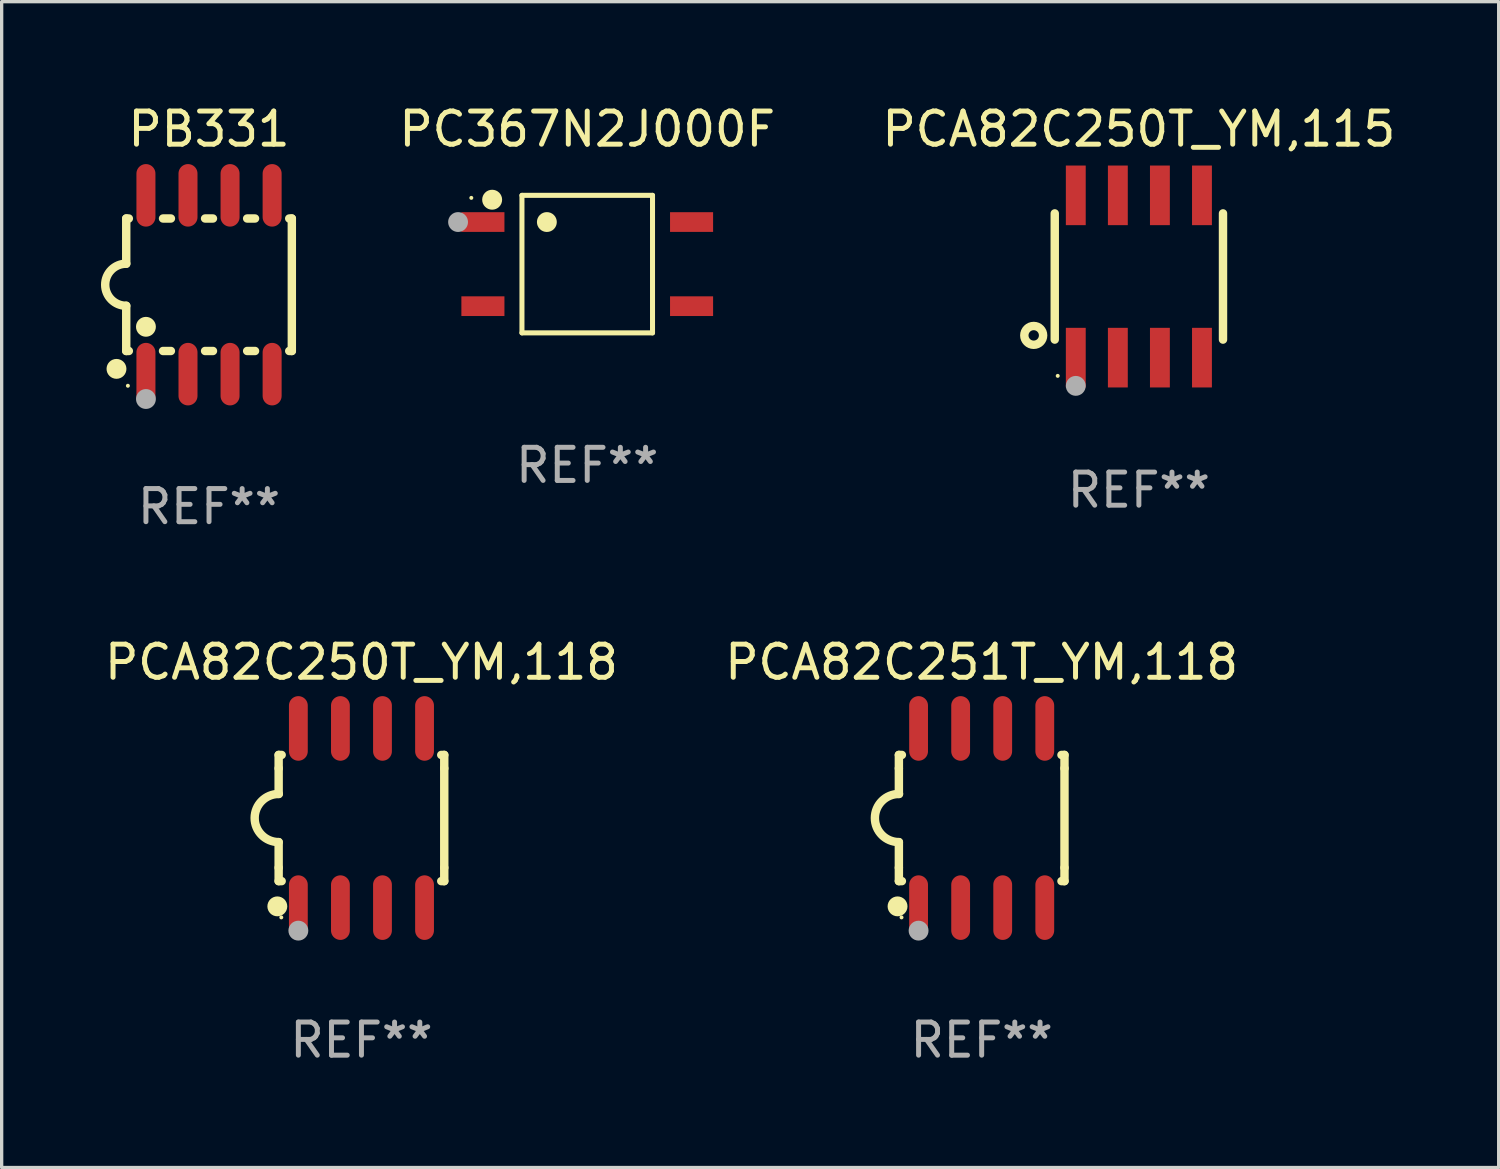
<source format=kicad_pcb>
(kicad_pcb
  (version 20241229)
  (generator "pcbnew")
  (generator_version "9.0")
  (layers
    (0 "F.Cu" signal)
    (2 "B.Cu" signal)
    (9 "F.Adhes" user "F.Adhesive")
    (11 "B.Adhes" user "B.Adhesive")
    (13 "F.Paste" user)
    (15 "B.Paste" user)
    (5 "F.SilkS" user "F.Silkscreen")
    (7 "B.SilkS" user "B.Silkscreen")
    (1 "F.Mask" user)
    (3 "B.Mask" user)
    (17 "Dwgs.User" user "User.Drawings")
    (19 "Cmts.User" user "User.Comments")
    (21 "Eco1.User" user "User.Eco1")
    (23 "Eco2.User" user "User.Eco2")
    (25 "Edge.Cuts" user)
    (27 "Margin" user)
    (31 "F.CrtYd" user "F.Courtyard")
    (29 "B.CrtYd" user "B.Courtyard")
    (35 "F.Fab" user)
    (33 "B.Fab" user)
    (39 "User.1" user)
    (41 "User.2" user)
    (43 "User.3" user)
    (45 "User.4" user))
  (footprint "PCA82C250T_YM,118"
    (layer "F.Cu")
    (at 7.863 21.648)
    (property "Reference" "PCA82C250T_YM,118" (at 0 -4.705 0) (layer "F.SilkS") (effects (font (size 1 1) (thickness 0.15))))
    (attr through_hole)
    (fp_line (start -2.5 -1.905) (end -2.409 -1.905) (stroke (width 0.254) (type solid)) (layer "F.SilkS"))
    (fp_line (start -2.5 -1.5) (end -2.5 -1.905) (stroke (width 0.254) (type solid)) (layer "F.SilkS"))
    (fp_line (start -2.5 -1.5) (end -2.5 -0.726) (stroke (width 0.254) (type solid)) (layer "F.SilkS"))
    (fp_line (start -2.5 1.5) (end -2.5 0.727) (stroke (width 0.254) (type solid)) (layer "F.SilkS"))
    (fp_line (start -2.5 1.5) (end -2.5 1.905) (stroke (width 0.254) (type solid)) (layer "F.SilkS"))
    (fp_line (start -2.5 1.905) (end -2.409 1.905) (stroke (width 0.254) (type solid)) (layer "F.SilkS"))
    (fp_line (start 2.5 -1.905) (end 2.409 -1.905) (stroke (width 0.254) (type solid)) (layer "F.SilkS"))
    (fp_line (start 2.5 -1.5) (end 2.5 -1.905) (stroke (width 0.254) (type solid)) (layer "F.SilkS"))
    (fp_line (start 2.5 -1.5) (end 2.5 1.5) (stroke (width 0.254) (type solid)) (layer "F.SilkS"))
    (fp_line (start 2.5 1.5) (end 2.5 1.905) (stroke (width 0.254) (type solid)) (layer "F.SilkS"))
    (fp_line (start 2.5 1.905) (end 2.409 1.905) (stroke (width 0.254) (type solid)) (layer "F.SilkS"))
    (fp_arc (start -2.5 0.726568) (mid -3.220316 -0.0023) (end -2.495097 -0.726289) (stroke (width 0.254001) (type solid)) (layer "F.SilkS"))
    (fp_circle (center -2.54 2.667) (end -2.39 2.667) (stroke (width 0.3) (type solid)) (fill no) (layer "F.SilkS"))
    (fp_circle (center -2.42 3) (end -2.39 3) (stroke (width 0.06) (type solid)) (fill no) (layer "F.SilkS"))
    (fp_circle (center -1.905 3.4) (end -1.755 3.4) (stroke (width 0.3) (type solid)) (fill no) (layer "F.Fab"))
    (fp_text user "REF**" (at 0 6.705 0) (layer "F.Fab") (effects (font (size 1 1) (thickness 0.15))))
    (pad "1" smd oval (at -1.905 2.705) (size 0.568 1.95) (layers "F.Cu" "F.Mask" "F.Paste"))
    (pad "2" smd oval (at -0.635 2.705) (size 0.568 1.95) (layers "F.Cu" "F.Mask" "F.Paste"))
    (pad "3" smd oval (at 0.635 2.705) (size 0.568 1.95) (layers "F.Cu" "F.Mask" "F.Paste"))
    (pad "4" smd oval (at 1.905 2.705) (size 0.568 1.95) (layers "F.Cu" "F.Mask" "F.Paste"))
    (pad "5" smd oval (at 1.905 -2.705) (size 0.568 1.95) (layers "F.Cu" "F.Mask" "F.Paste"))
    (pad "6" smd oval (at 0.635 -2.705) (size 0.568 1.95) (layers "F.Cu" "F.Mask" "F.Paste"))
    (pad "7" smd oval (at -0.635 -2.705) (size 0.568 1.95) (layers "F.Cu" "F.Mask" "F.Paste"))
    (pad "8" smd oval (at -1.905 -2.705) (size 0.568 1.95) (layers "F.Cu" "F.Mask" "F.Paste")))
  (footprint "PCA82C251T_YM,118"
    (layer "F.Cu")
    (at 26.589 21.648)
    (property "Reference" "PCA82C251T_YM,118" (at 0 -4.705 0) (layer "F.SilkS") (effects (font (size 1 1) (thickness 0.15))))
    (attr through_hole)
    (fp_line (start -2.5 -1.905) (end -2.409 -1.905) (stroke (width 0.254) (type solid)) (layer "F.SilkS"))
    (fp_line (start -2.5 -1.5) (end -2.5 -1.905) (stroke (width 0.254) (type solid)) (layer "F.SilkS"))
    (fp_line (start -2.5 -1.5) (end -2.5 -0.726) (stroke (width 0.254) (type solid)) (layer "F.SilkS"))
    (fp_line (start -2.5 1.5) (end -2.5 0.727) (stroke (width 0.254) (type solid)) (layer "F.SilkS"))
    (fp_line (start -2.5 1.5) (end -2.5 1.905) (stroke (width 0.254) (type solid)) (layer "F.SilkS"))
    (fp_line (start -2.5 1.905) (end -2.409 1.905) (stroke (width 0.254) (type solid)) (layer "F.SilkS"))
    (fp_line (start 2.5 -1.905) (end 2.409 -1.905) (stroke (width 0.254) (type solid)) (layer "F.SilkS"))
    (fp_line (start 2.5 -1.5) (end 2.5 -1.905) (stroke (width 0.254) (type solid)) (layer "F.SilkS"))
    (fp_line (start 2.5 -1.5) (end 2.5 1.5) (stroke (width 0.254) (type solid)) (layer "F.SilkS"))
    (fp_line (start 2.5 1.5) (end 2.5 1.905) (stroke (width 0.254) (type solid)) (layer "F.SilkS"))
    (fp_line (start 2.5 1.905) (end 2.409 1.905) (stroke (width 0.254) (type solid)) (layer "F.SilkS"))
    (fp_arc (start -2.5 0.726568) (mid -3.220316 -0.0023) (end -2.495097 -0.726289) (stroke (width 0.254001) (type solid)) (layer "F.SilkS"))
    (fp_circle (center -2.54 2.667) (end -2.39 2.667) (stroke (width 0.3) (type solid)) (fill no) (layer "F.SilkS"))
    (fp_circle (center -2.42 3) (end -2.39 3) (stroke (width 0.06) (type solid)) (fill no) (layer "F.SilkS"))
    (fp_circle (center -1.905 3.4) (end -1.755 3.4) (stroke (width 0.3) (type solid)) (fill no) (layer "F.Fab"))
    (fp_text user "REF**" (at 0 6.705 0) (layer "F.Fab") (effects (font (size 1 1) (thickness 0.15))))
    (pad "1" smd oval (at -1.905 2.705) (size 0.568 1.95) (layers "F.Cu" "F.Mask" "F.Paste"))
    (pad "2" smd oval (at -0.635 2.705) (size 0.568 1.95) (layers "F.Cu" "F.Mask" "F.Paste"))
    (pad "3" smd oval (at 0.635 2.705) (size 0.568 1.95) (layers "F.Cu" "F.Mask" "F.Paste"))
    (pad "4" smd oval (at 1.905 2.705) (size 0.568 1.95) (layers "F.Cu" "F.Mask" "F.Paste"))
    (pad "5" smd oval (at 1.905 -2.705) (size 0.568 1.95) (layers "F.Cu" "F.Mask" "F.Paste"))
    (pad "6" smd oval (at 0.635 -2.705) (size 0.568 1.95) (layers "F.Cu" "F.Mask" "F.Paste"))
    (pad "7" smd oval (at -0.635 -2.705) (size 0.568 1.95) (layers "F.Cu" "F.Mask" "F.Paste"))
    (pad "8" smd oval (at -1.905 -2.705) (size 0.568 1.95) (layers "F.Cu" "F.Mask" "F.Paste")))
  (footprint "PB331"
    (layer "F.Cu")
    (at 3.261 5.547)
    (property "Reference" "PB331" (at 0 -4.699 0) (layer "F.SilkS") (effects (font (size 1 1) (thickness 0.15))))
    (attr through_hole)
    (fp_line (start -2.5 -2) (end -2.5 -0.635) (stroke (width 0.254) (type solid)) (layer "F.SilkS"))
    (fp_line (start -2.5 -2) (end -2.421 -2) (stroke (width 0.254) (type solid)) (layer "F.SilkS"))
    (fp_line (start -2.5 2) (end -2.5 0.635) (stroke (width 0.254) (type solid)) (layer "F.SilkS"))
    (fp_line (start -2.5 2) (end -2.421 2) (stroke (width 0.254) (type solid)) (layer "F.SilkS"))
    (fp_line (start -1.389 -2) (end -1.151 -2) (stroke (width 0.254) (type solid)) (layer "F.SilkS"))
    (fp_line (start -1.389 2) (end -1.151 2) (stroke (width 0.254) (type solid)) (layer "F.SilkS"))
    (fp_line (start -0.119 -2) (end 0.119 -2) (stroke (width 0.254) (type solid)) (layer "F.SilkS"))
    (fp_line (start -0.119 2) (end 0.119 2) (stroke (width 0.254) (type solid)) (layer "F.SilkS"))
    (fp_line (start 1.151 -2) (end 1.389 -2) (stroke (width 0.254) (type solid)) (layer "F.SilkS"))
    (fp_line (start 1.151 2) (end 1.389 2) (stroke (width 0.254) (type solid)) (layer "F.SilkS"))
    (fp_line (start 2.421 -2) (end 2.5 -2) (stroke (width 0.254) (type solid)) (layer "F.SilkS"))
    (fp_line (start 2.421 2) (end 2.5 2) (stroke (width 0.254) (type solid)) (layer "F.SilkS"))
    (fp_line (start 2.5 -2) (end 2.5 2) (stroke (width 0.254) (type solid)) (layer "F.SilkS"))
    (fp_arc (start -2.5 0.635001) (mid -3.134366 -0.000318) (end -2.499365 -0.635001) (stroke (width 0.254001) (type solid)) (layer "F.SilkS"))
    (fp_circle (center -2.794 2.54) (end -2.644 2.54) (stroke (width 0.3) (type solid)) (fill no) (layer "F.SilkS"))
    (fp_circle (center -2.45 3.05) (end -2.42 3.05) (stroke (width 0.06) (type solid)) (fill no) (layer "F.SilkS"))
    (fp_circle (center -1.905 1.27) (end -1.755 1.27) (stroke (width 0.3) (type solid)) (fill no) (layer "F.SilkS"))
    (fp_circle (center -1.905 3.45) (end -1.755 3.45) (stroke (width 0.3) (type solid)) (fill no) (layer "F.Fab"))
    (fp_text user "REF**" (at 0 6.699 0) (layer "F.Fab") (effects (font (size 1 1) (thickness 0.15))))
    (pad "1" smd oval (at -1.905 2.699) (size 0.574 1.888) (layers "F.Cu" "F.Mask" "F.Paste"))
    (pad "2" smd oval (at -0.635 2.699) (size 0.574 1.888) (layers "F.Cu" "F.Mask" "F.Paste"))
    (pad "3" smd oval (at 0.635 2.699) (size 0.574 1.888) (layers "F.Cu" "F.Mask" "F.Paste"))
    (pad "4" smd oval (at 1.905 2.699) (size 0.574 1.888) (layers "F.Cu" "F.Mask" "F.Paste"))
    (pad "5" smd oval (at 1.905 -2.699) (size 0.574 1.888) (layers "F.Cu" "F.Mask" "F.Paste"))
    (pad "6" smd oval (at 0.635 -2.699) (size 0.574 1.888) (layers "F.Cu" "F.Mask" "F.Paste"))
    (pad "7" smd oval (at -0.635 -2.699) (size 0.574 1.888) (layers "F.Cu" "F.Mask" "F.Paste"))
    (pad "8" smd oval (at -1.905 -2.699) (size 0.574 1.888) (layers "F.Cu" "F.Mask" "F.Paste")))
  (footprint "PC367N2J000F"
    (layer "F.Cu")
    (at 14.68 4.924)
    (property "Reference" "PC367N2J000F" (at 0 -4.076 0) (layer "F.SilkS") (effects (font (size 1 1) (thickness 0.15))))
    (attr through_hole)
    (fp_line (start -1.971 -2.076) (end 1.971 -2.076) (stroke (width 0.152) (type solid)) (layer "F.SilkS"))
    (fp_line (start -1.971 2.076) (end -1.971 -2.076) (stroke (width 0.152) (type solid)) (layer "F.SilkS"))
    (fp_line (start 1.971 -2.076) (end 1.971 2.076) (stroke (width 0.152) (type solid)) (layer "F.SilkS"))
    (fp_line (start 1.971 2.076) (end -1.971 2.076) (stroke (width 0.152) (type solid)) (layer "F.SilkS"))
    (fp_circle (center -3.5 -2) (end -3.47 -2) (stroke (width 0.06) (type solid)) (fill no) (layer "F.SilkS"))
    (fp_circle (center -2.871 -1.944) (end -2.72 -1.944) (stroke (width 0.3) (type solid)) (fill no) (layer "F.SilkS"))
    (fp_circle (center -1.219 -1.27) (end -1.069 -1.27) (stroke (width 0.3) (type solid)) (fill no) (layer "F.SilkS"))
    (fp_circle (center -3.9 -1.27) (end -3.75 -1.27) (stroke (width 0.3) (type solid)) (fill no) (layer "F.Fab"))
    (fp_text user "REF**" (at 0 6.076 0) (layer "F.Fab") (effects (font (size 1 1) (thickness 0.15))))
    (pad "1" smd rect (at -3.15 -1.27 270) (size 0.595 1.3) (layers "F.Cu" "F.Mask" "F.Paste"))
    (pad "2" smd rect (at -3.15 1.27 270) (size 0.595 1.3) (layers "F.Cu" "F.Mask" "F.Paste"))
    (pad "3" smd rect (at 3.15 1.27 270) (size 0.595 1.3) (layers "F.Cu" "F.Mask" "F.Paste"))
    (pad "4" smd rect (at 3.15 -1.27 270) (size 0.595 1.3) (layers "F.Cu" "F.Mask" "F.Paste")))
  (footprint "PCA82C250T_YM,115"
    (layer "F.Cu")
    (at 31.335 5.298)
    (property "Reference" "PCA82C250T_YM,115" (at 0 -4.45 0) (layer "F.SilkS") (effects (font (size 1 1) (thickness 0.15))))
    (attr through_hole)
    (fp_line (start -2.54 -1.905) (end -2.54 1.905) (stroke (width 0.254) (type solid)) (layer "F.SilkS"))
    (fp_line (start 2.54 -1.905) (end 2.54 1.905) (stroke (width 0.254) (type solid)) (layer "F.SilkS"))
    (fp_circle (center -3.175 1.778) (end -2.891 1.778) (stroke (width 0.254) (type solid)) (fill no) (layer "F.SilkS"))
    (fp_circle (center -2.45 3) (end -2.42 3) (stroke (width 0.06) (type solid)) (fill no) (layer "F.SilkS"))
    (fp_circle (center -1.905 3.302) (end -1.755 3.302) (stroke (width 0.3) (type solid)) (fill no) (layer "F.Fab"))
    (fp_text user "REF**" (at 0 6.45 0) (layer "F.Fab") (effects (font (size 1 1) (thickness 0.15))))
    (pad "1" smd rect (at -1.905 2.45) (size 0.6 1.8) (layers "F.Cu" "F.Mask" "F.Paste"))
    (pad "2" smd rect (at -0.635 2.45) (size 0.6 1.8) (layers "F.Cu" "F.Mask" "F.Paste"))
    (pad "3" smd rect (at 0.635 2.45) (size 0.6 1.8) (layers "F.Cu" "F.Mask" "F.Paste"))
    (pad "4" smd rect (at 1.905 2.45) (size 0.6 1.8) (layers "F.Cu" "F.Mask" "F.Paste"))
    (pad "5" smd rect (at 1.905 -2.45 180) (size 0.6 1.8) (layers "F.Cu" "F.Mask" "F.Paste"))
    (pad "6" smd rect (at 0.635 -2.45 180) (size 0.6 1.8) (layers "F.Cu" "F.Mask" "F.Paste"))
    (pad "7" smd rect (at -0.635 -2.45 180) (size 0.6 1.8) (layers "F.Cu" "F.Mask" "F.Paste"))
    (pad "8" smd rect (at -1.905 -2.45 180) (size 0.6 1.8) (layers "F.Cu" "F.Mask" "F.Paste")))
  (gr_rect
    (start -3 -3)
    (end 42.198 32.201)
    (stroke (width 0.1) (type default))
    (fill no)
    (layer "Edge.Cuts")))
</source>
